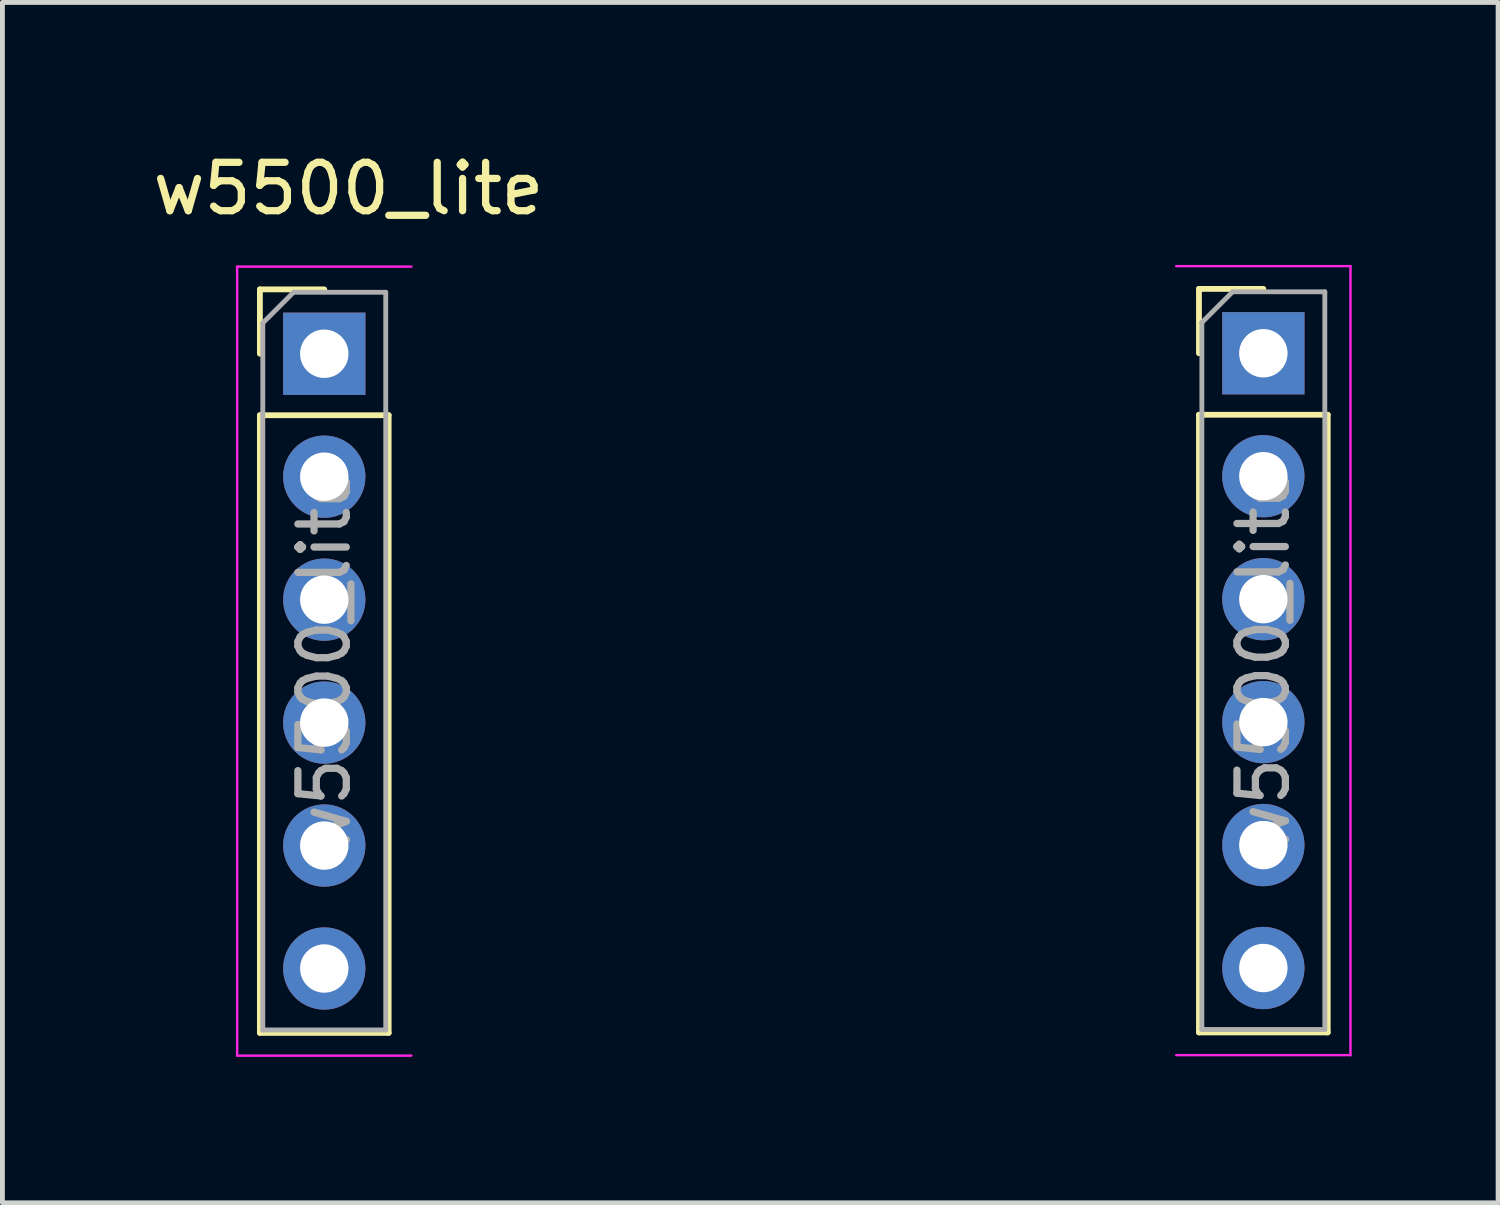
<source format=kicad_pcb>
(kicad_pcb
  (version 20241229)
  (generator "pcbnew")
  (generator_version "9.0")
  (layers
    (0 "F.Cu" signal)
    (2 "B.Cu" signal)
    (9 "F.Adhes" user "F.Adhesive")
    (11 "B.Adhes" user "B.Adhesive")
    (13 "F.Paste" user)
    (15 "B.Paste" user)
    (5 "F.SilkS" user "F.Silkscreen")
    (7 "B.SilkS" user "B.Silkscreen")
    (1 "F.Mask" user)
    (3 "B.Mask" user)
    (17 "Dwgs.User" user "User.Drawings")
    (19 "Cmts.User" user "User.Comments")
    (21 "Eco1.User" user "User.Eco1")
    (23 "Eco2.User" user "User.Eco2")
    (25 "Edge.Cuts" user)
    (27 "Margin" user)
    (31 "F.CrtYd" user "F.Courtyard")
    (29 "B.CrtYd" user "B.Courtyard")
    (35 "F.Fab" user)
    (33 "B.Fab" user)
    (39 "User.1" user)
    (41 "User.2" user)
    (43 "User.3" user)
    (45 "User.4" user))
  (footprint "w5500_lite"
    (layer "F.Cu")
    (at 1.849 2.448)
    (property "Reference" "w5500_lite" (at 2.3 -1.6 0) (layer "F.SilkS") (effects (font (size 1 1) (thickness 0.15))))
    (attr through_hole)
    (fp_line (start 0.47 0.48) (end 1.8 0.48) (stroke (width 0.12) (type solid)) (layer "F.SilkS"))
    (fp_line (start 0.47 1.81) (end 0.47 0.48) (stroke (width 0.12) (type solid)) (layer "F.SilkS"))
    (fp_line (start 0.47 3.08) (end 0.47 15.84) (stroke (width 0.12) (type solid)) (layer "F.SilkS"))
    (fp_line (start 0.47 3.08) (end 3.13 3.08) (stroke (width 0.12) (type solid)) (layer "F.SilkS"))
    (fp_line (start 0.47 15.84) (end 3.13 15.84) (stroke (width 0.12) (type solid)) (layer "F.SilkS"))
    (fp_line (start 3.13 3.08) (end 3.13 15.84) (stroke (width 0.12) (type solid)) (layer "F.SilkS"))
    (fp_line (start 19.87 0.47) (end 21.2 0.47) (stroke (width 0.12) (type solid)) (layer "F.SilkS"))
    (fp_line (start 19.87 1.8) (end 19.87 0.47) (stroke (width 0.12) (type solid)) (layer "F.SilkS"))
    (fp_line (start 19.87 3.07) (end 19.87 15.83) (stroke (width 0.12) (type solid)) (layer "F.SilkS"))
    (fp_line (start 19.87 3.07) (end 22.53 3.07) (stroke (width 0.12) (type solid)) (layer "F.SilkS"))
    (fp_line (start 19.87 15.83) (end 22.53 15.83) (stroke (width 0.12) (type solid)) (layer "F.SilkS"))
    (fp_line (start 22.53 3.07) (end 22.53 15.83) (stroke (width 0.12) (type solid)) (layer "F.SilkS"))
    (fp_line (start 0 0) (end 23 0) (stroke (width 0.1) (type default)) (layer "Margin"))
    (fp_line (start 0 16.3) (end 0 0) (stroke (width 0.1) (type default)) (layer "Margin"))
    (fp_line (start 23 0) (end 23 16.3) (stroke (width 0.1) (type default)) (layer "Margin"))
    (fp_line (start 23 16.3) (end 0 16.3) (stroke (width 0.1) (type default)) (layer "Margin"))
    (fp_line (start 0 0.01) (end 0 16.31) (stroke (width 0.05) (type solid)) (layer "F.CrtYd"))
    (fp_line (start 0 16.31) (end 3.6 16.31) (stroke (width 0.05) (type solid)) (layer "F.CrtYd"))
    (fp_line (start 3.6 0.01) (end 0 0.01) (stroke (width 0.05) (type solid)) (layer "F.CrtYd"))
    (fp_line (start 19.4 16.3) (end 23 16.3) (stroke (width 0.05) (type solid)) (layer "F.CrtYd"))
    (fp_line (start 23 0) (end 19.4 0) (stroke (width 0.05) (type solid)) (layer "F.CrtYd"))
    (fp_line (start 23 16.3) (end 23 0) (stroke (width 0.05) (type solid)) (layer "F.CrtYd"))
    (fp_line (start 0.53 1.175) (end 1.165 0.54) (stroke (width 0.1) (type solid)) (layer "F.Fab"))
    (fp_line (start 0.53 15.78) (end 0.53 1.175) (stroke (width 0.1) (type solid)) (layer "F.Fab"))
    (fp_line (start 1.165 0.54) (end 3.07 0.54) (stroke (width 0.1) (type solid)) (layer "F.Fab"))
    (fp_line (start 3.07 0.54) (end 3.07 15.78) (stroke (width 0.1) (type solid)) (layer "F.Fab"))
    (fp_line (start 3.07 15.78) (end 0.53 15.78) (stroke (width 0.1) (type solid)) (layer "F.Fab"))
    (fp_line (start 19.93 1.165) (end 20.565 0.53) (stroke (width 0.1) (type solid)) (layer "F.Fab"))
    (fp_line (start 19.93 15.77) (end 19.93 1.165) (stroke (width 0.1) (type solid)) (layer "F.Fab"))
    (fp_line (start 20.565 0.53) (end 22.47 0.53) (stroke (width 0.1) (type solid)) (layer "F.Fab"))
    (fp_line (start 22.47 0.53) (end 22.47 15.77) (stroke (width 0.1) (type solid)) (layer "F.Fab"))
    (fp_line (start 22.47 15.77) (end 19.93 15.77) (stroke (width 0.1) (type solid)) (layer "F.Fab"))
    (fp_text user "${REFERENCE}" (at 1.8 8.16 90) (layer "F.Fab") (effects (font (size 1 1) (thickness 0.15))))
    (fp_text user "${REFERENCE}" (at 21.2 8.15 90) (layer "F.Fab") (effects (font (size 1 1) (thickness 0.15))))
    (pad "1" thru_hole rect (at 1.8 1.81) (size 1.7 1.7) (drill 1) (layers "*.Cu" "*.Mask"))
    (pad "2" thru_hole oval (at 1.8 4.35) (size 1.7 1.7) (drill 1) (layers "*.Cu" "*.Mask"))
    (pad "3" thru_hole oval (at 1.8 6.89) (size 1.7 1.7) (drill 1) (layers "*.Cu" "*.Mask"))
    (pad "4" thru_hole oval (at 1.8 9.43) (size 1.7 1.7) (drill 1) (layers "*.Cu" "*.Mask"))
    (pad "5" thru_hole oval (at 1.8 11.97) (size 1.7 1.7) (drill 1) (layers "*.Cu" "*.Mask"))
    (pad "6" thru_hole oval (at 1.8 14.51) (size 1.7 1.7) (drill 1) (layers "*.Cu" "*.Mask"))
    (pad "7" thru_hole oval (at 21.2 14.5) (size 1.7 1.7) (drill 1) (layers "*.Cu" "*.Mask"))
    (pad "8" thru_hole oval (at 21.2 11.96) (size 1.7 1.7) (drill 1) (layers "*.Cu" "*.Mask"))
    (pad "9" thru_hole oval (at 21.2 9.42) (size 1.7 1.7) (drill 1) (layers "*.Cu" "*.Mask"))
    (pad "10" thru_hole oval (at 21.2 6.88) (size 1.7 1.7) (drill 1) (layers "*.Cu" "*.Mask"))
    (pad "11" thru_hole oval (at 21.2 4.34) (size 1.7 1.7) (drill 1) (layers "*.Cu" "*.Mask"))
    (pad "12" thru_hole rect (at 21.2 1.8) (size 1.7 1.7) (drill 1) (layers "*.Cu" "*.Mask")))
  (gr_rect
    (start -3 -3)
    (end 27.899 21.798)
    (stroke (width 0.1) (type default))
    (fill no)
    (layer "Edge.Cuts")))
</source>
